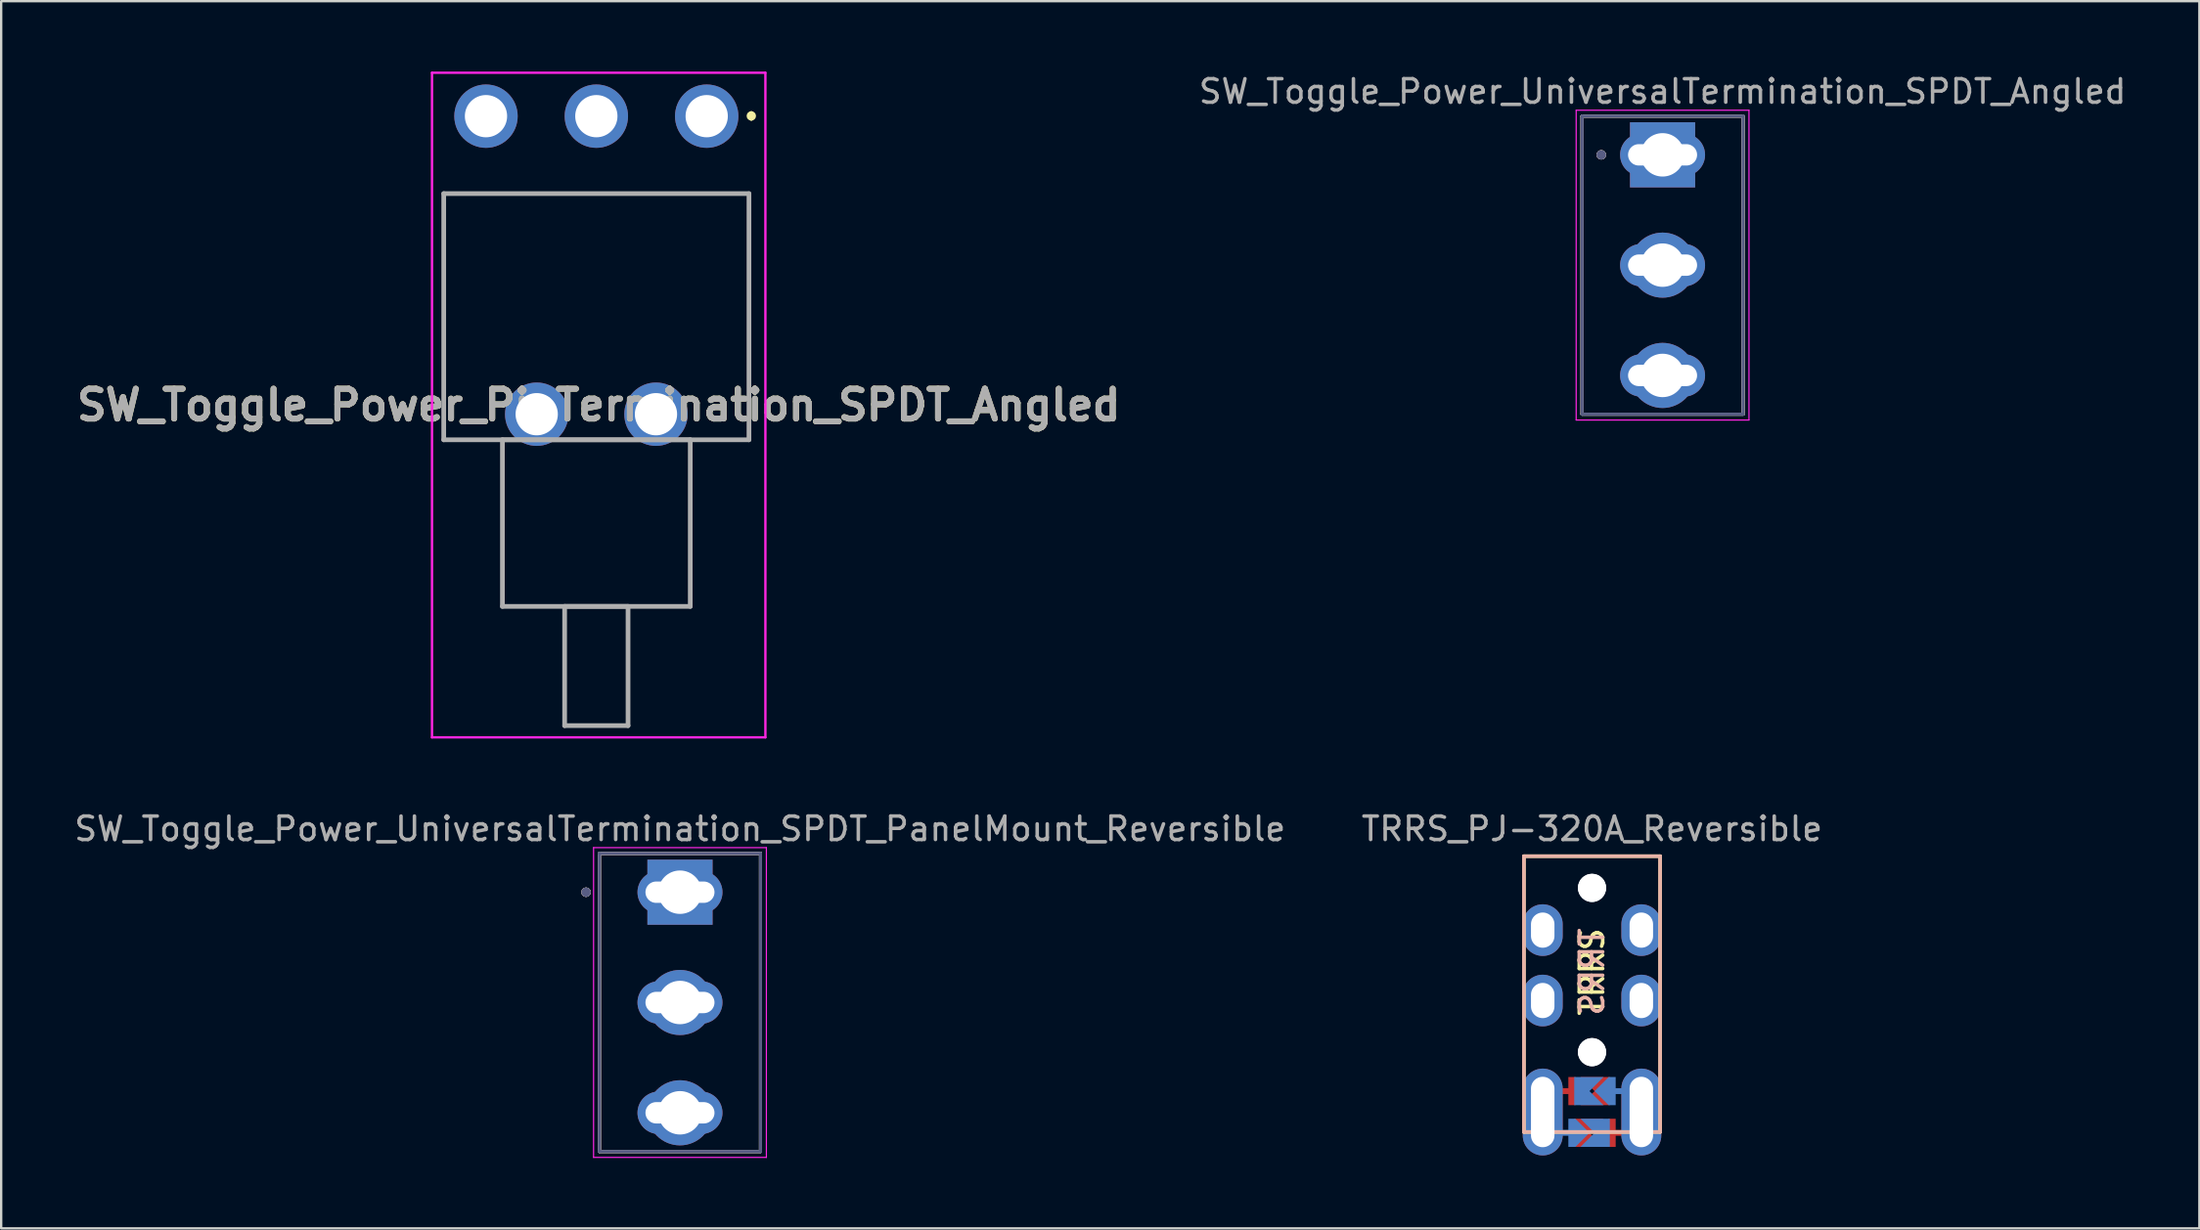
<source format=kicad_pcb>
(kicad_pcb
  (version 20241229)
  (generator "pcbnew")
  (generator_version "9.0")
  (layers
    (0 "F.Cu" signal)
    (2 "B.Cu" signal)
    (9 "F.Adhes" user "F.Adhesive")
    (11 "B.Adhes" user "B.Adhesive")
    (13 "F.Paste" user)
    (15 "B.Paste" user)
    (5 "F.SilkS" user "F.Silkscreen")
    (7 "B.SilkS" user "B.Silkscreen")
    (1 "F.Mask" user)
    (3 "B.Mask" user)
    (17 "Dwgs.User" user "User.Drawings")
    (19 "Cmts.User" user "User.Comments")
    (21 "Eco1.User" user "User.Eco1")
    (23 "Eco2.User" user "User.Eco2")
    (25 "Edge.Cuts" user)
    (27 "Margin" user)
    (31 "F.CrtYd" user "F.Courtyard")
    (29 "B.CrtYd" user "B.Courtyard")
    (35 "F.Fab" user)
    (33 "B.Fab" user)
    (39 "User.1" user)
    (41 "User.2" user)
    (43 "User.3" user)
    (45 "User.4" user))
  (footprint "TRRS_PJ-320A_Reversible"
    (layer "F.Cu")
    (at 64.756 33.284)
    (property "Reference" "TRRS_PJ-320A_Reversible" (at 0 -1.016 0) (layer "F.Fab") (effects (font (size 1 1) (thickness 0.15))))
    (attr through_hole)
    (fp_line (start -2.9 0.15) (end 2.9 0.15) (stroke (width 0.15) (type solid)) (layer "F.SilkS"))
    (fp_line (start -2.9 11.9) (end -2.9 0.15) (stroke (width 0.15) (type solid)) (layer "F.SilkS"))
    (fp_line (start 2.9 0.15) (end 2.9 11.9) (stroke (width 0.15) (type solid)) (layer "F.SilkS"))
    (fp_line (start 2.9 11.9) (end -2.9 11.9) (stroke (width 0.15) (type solid)) (layer "F.SilkS"))
    (fp_line (start -2.9 0.15) (end -2.9 11.9) (stroke (width 0.15) (type solid)) (layer "B.SilkS"))
    (fp_line (start -2.9 11.9) (end 2.9 11.9) (stroke (width 0.15) (type solid)) (layer "B.SilkS"))
    (fp_line (start 2.9 0.15) (end -2.9 0.15) (stroke (width 0.15) (type solid)) (layer "B.SilkS"))
    (fp_line (start 2.9 11.9) (end 2.9 0.15) (stroke (width 0.15) (type solid)) (layer "B.SilkS"))
    (fp_text user "TRRS" (at 0 5.08 90) (layer "F.SilkS") (effects (font (size 1 1) (thickness 0.15))))
    (fp_text user "TRRS" (at 0 5.08 90) (layer "B.SilkS") (effects (font (size 1 1) (thickness 0.15)) (justify mirror)))
    (pad "" thru_hole oval (at -2.1 11.05 180) (size 1.7 3.7) (drill oval 1 3) (layers "*.Cu" "*.Mask"))
    (pad "" smd custom (at -1.016 10.16 90) (size 0.25 1) (layers "F.Cu") (options (anchor rect)) (primitives))
    (pad "" smd custom (at -1.016 11.938 90) (size 0.25 1) (layers "B.Cu") (options (anchor rect)) (primitives))
    (pad "" smd custom (at -0.508 10.16 90) (size 0.1 0.1) (layers "F.Cu" "F.Mask") (options (anchor rect)) (primitives (gr_poly (pts (xy 0.6 -0.2) (xy 0 0.4) (xy -0.6 -0.2) (xy -0.6 -0.5) (xy 0.6 -0.5)) (width 0) (fill yes))))
    (pad "" smd custom (at -0.508 11.938 90) (size 0.1 0.1) (layers "B.Cu" "B.Mask") (options (anchor rect)) (primitives (gr_poly (pts (xy 0.6 -0.2) (xy 0 0.4) (xy -0.6 -0.2) (xy -0.6 -0.5) (xy 0.6 -0.5)) (width 0) (fill yes))))
    (pad "" np_thru_hole circle (at 0 1.5 180) (size 1.2 1.2) (drill 1.2) (layers "*.Cu" "*.Mask"))
    (pad "" np_thru_hole circle (at 0 1.5) (size 1.2 1.2) (drill 1.2) (layers "*.Cu" "*.Mask"))
    (pad "" np_thru_hole circle (at 0 8.5) (size 1.2 1.2) (drill 1.2) (layers "*.Cu" "*.Mask"))
    (pad "" np_thru_hole circle (at 0 8.5 180) (size 1.2 1.2) (drill 1.2) (layers "*.Cu" "*.Mask"))
    (pad "" smd custom (at 0.508 10.16 270) (size 0.1 0.1) (layers "B.Cu" "B.Mask") (options (anchor rect)) (primitives (gr_poly (pts (xy 0.6 -0.2) (xy 0 0.4) (xy -0.6 -0.2) (xy -0.6 -0.5) (xy 0.6 -0.5)) (width 0) (fill yes))))
    (pad "" smd custom (at 0.508 11.938 270) (size 0.1 0.1) (layers "F.Cu" "F.Mask") (options (anchor rect)) (primitives (gr_poly (pts (xy 0.6 -0.2) (xy 0 0.4) (xy -0.6 -0.2) (xy -0.6 -0.5) (xy 0.6 -0.5)) (width 0) (fill yes))))
    (pad "" smd custom (at 1.016 10.16 90) (size 0.25 1) (layers "B.Cu") (options (anchor rect)) (primitives))
    (pad "" smd custom (at 1.016 11.938 90) (size 0.25 1) (layers "F.Cu") (options (anchor rect)) (primitives))
    (pad "" thru_hole oval (at 2.1 11.05 180) (size 1.7 3.7) (drill oval 1 3) (layers "*.Cu" "*.Mask"))
    (pad "A" smd custom (at -0.508 11.938 270) (size 1.2 0.5) (layers "F.Cu" "F.Mask") (options (anchor rect)) (primitives (gr_poly (pts (xy 0.6 0) (xy -0.6 0) (xy -0.6 -1) (xy 0 -0.4) (xy 0.6 -1)) (width 0) (fill yes))))
    (pad "A" smd custom (at 0.508 11.938 90) (size 1.2 0.5) (layers "B.Cu" "B.Mask") (options (anchor rect)) (primitives (gr_poly (pts (xy 0.6 0) (xy -0.6 0) (xy -0.6 -1) (xy 0 -0.4) (xy 0.6 -1)) (width 0) (fill yes))))
    (pad "B" thru_hole oval (at -2.1 3.3 180) (size 1.7 2.2) (drill oval 1 1.5) (layers "*.Cu" "F.Mask"))
    (pad "B" thru_hole oval (at 2.1 3.3) (size 1.7 2.2) (drill oval 1 1.5) (layers "*.Cu" "B.Mask"))
    (pad "C" thru_hole oval (at -2.1 6.3 180) (size 1.7 2.2) (drill oval 1 1.5) (layers "*.Cu" "F.Mask"))
    (pad "C" thru_hole oval (at 2.1 6.3) (size 1.7 2.2) (drill oval 1 1.5) (layers "*.Cu" "B.Mask"))
    (pad "D" smd custom (at -0.508 10.16 270) (size 1.2 0.5) (layers "B.Cu" "B.Mask") (options (anchor rect)) (primitives (gr_poly (pts (xy 0.6 0) (xy -0.6 0) (xy -0.6 -1) (xy 0 -0.4) (xy 0.6 -1)) (width 0) (fill yes))))
    (pad "D" smd custom (at 0.508 10.16 90) (size 1.2 0.5) (layers "F.Cu" "F.Mask") (options (anchor rect)) (primitives (gr_poly (pts (xy 0.6 0) (xy -0.6 0) (xy -0.6 -1) (xy 0 -0.4) (xy 0.6 -1)) (width 0) (fill yes)))))
  (footprint "SW_Toggle_Power_UniversalTermination_SPDT_PanelMount_Reversible"
    (layer "F.Cu")
    (at 25.911 39.668)
    (property "Reference" "SW_Toggle_Power_UniversalTermination_SPDT_PanelMount_Reversible" (at 0 -7.4 0) (layer "F.Fab") (effects (font (size 1 1) (thickness 0.15))))
    (attr through_hole)
    (fp_line (start -3.43 -6.35) (end 3.43 -6.35) (stroke (width 0.127) (type solid)) (layer "F.SilkS"))
    (fp_line (start -3.43 6.35) (end -3.43 -6.35) (stroke (width 0.127) (type solid)) (layer "F.SilkS"))
    (fp_line (start 3.43 -6.35) (end 3.43 6.35) (stroke (width 0.127) (type solid)) (layer "F.SilkS"))
    (fp_line (start 3.43 6.35) (end -3.43 6.35) (stroke (width 0.127) (type solid)) (layer "F.SilkS"))
    (fp_circle (center -4 -4.7) (end -3.9 -4.7) (stroke (width 0.2) (type solid)) (fill no) (layer "F.SilkS"))
    (fp_line (start -3.43 6.35) (end -3.43 -6.35) (stroke (width 0.127) (type solid)) (layer "B.SilkS"))
    (fp_line (start -3.43 6.35) (end 3.43 6.35) (stroke (width 0.127) (type solid)) (layer "B.SilkS"))
    (fp_line (start 3.43 -6.35) (end -3.43 -6.35) (stroke (width 0.127) (type solid)) (layer "B.SilkS"))
    (fp_line (start 3.43 -6.35) (end 3.43 6.35) (stroke (width 0.127) (type solid)) (layer "B.SilkS"))
    (fp_circle (center -4 -4.7) (end -4.1 -4.7) (stroke (width 0.2) (type solid)) (fill no) (layer "B.SilkS"))
    (fp_line (start -3.68 -6.6) (end -3.68 6.6) (stroke (width 0.05) (type solid)) (layer "F.CrtYd"))
    (fp_line (start -3.68 6.6) (end 3.68 6.6) (stroke (width 0.05) (type solid)) (layer "F.CrtYd"))
    (fp_line (start 3.68 -6.6) (end -3.68 -6.6) (stroke (width 0.05) (type solid)) (layer "F.CrtYd"))
    (fp_line (start 3.68 6.6) (end 3.68 -6.6) (stroke (width 0.05) (type solid)) (layer "F.CrtYd"))
    (fp_line (start -3.43 -6.35) (end -3.43 6.35) (stroke (width 0.127) (type solid)) (layer "B.Fab"))
    (fp_line (start -3.43 -6.35) (end 3.43 -6.35) (stroke (width 0.127) (type solid)) (layer "B.Fab"))
    (fp_line (start -3.43 6.35) (end 3.43 6.35) (stroke (width 0.127) (type solid)) (layer "B.Fab"))
    (fp_line (start 3.43 6.35) (end 3.43 -6.35) (stroke (width 0.127) (type solid)) (layer "B.Fab"))
    (fp_circle (center -4 -4.7) (end -3.9 -4.7) (stroke (width 0.2) (type solid)) (fill no) (layer "B.Fab"))
    (fp_line (start -3.43 6.35) (end -3.43 -6.35) (stroke (width 0.127) (type solid)) (layer "F.Fab"))
    (fp_line (start 3.43 -6.35) (end -3.43 -6.35) (stroke (width 0.127) (type solid)) (layer "F.Fab"))
    (fp_line (start 3.43 -6.35) (end 3.43 6.35) (stroke (width 0.127) (type solid)) (layer "F.Fab"))
    (fp_line (start 3.43 6.35) (end -3.43 6.35) (stroke (width 0.127) (type solid)) (layer "F.Fab"))
    (fp_circle (center -4 -4.7) (end -3.9 -4.7) (stroke (width 0.2) (type solid)) (fill no) (layer "F.Fab"))
    (pad "1" thru_hole oval (at 0 -4.7 270) (size 1.81 3.62) (drill oval 0.91 2.94) (layers "*.Cu" "*.Mask"))
    (pad "1" thru_hole rect (at 0 -4.7) (size 2.775 2.775) (drill 1.85) (layers "*.Cu" "*.Mask"))
    (pad "2" thru_hole oval (at 0 0 270) (size 1.81 3.62) (drill oval 0.91 2.94) (layers "*.Cu" "*.Mask"))
    (pad "2" thru_hole circle (at 0 0) (size 2.775 2.775) (drill 1.85) (layers "*.Cu" "*.Mask"))
    (pad "3" thru_hole oval (at 0 4.7 270) (size 1.81 3.62) (drill oval 0.91 2.94) (layers "*.Cu" "*.Mask"))
    (pad "3" thru_hole circle (at 0 4.7) (size 2.775 2.775) (drill 1.85) (layers "*.Cu" "*.Mask")))
  (footprint "SW_Toggle_Power_PinTermination_SPDT_Angled"
    (layer "F.Cu")
    (at 27.049 1.9)
    (property "Reference" "SW_Toggle_Power_PinTermination_SPDT_Angled" (at -4.6 12.31 0) (layer "F.SilkS") (effects (font (size 1.27 1.27) (thickness 0.254))))
    (attr through_hole)
    (fp_line (start -11.2 3.3) (end 1.8 3.3) (stroke (width 0.1) (type solid)) (layer "F.SilkS"))
    (fp_line (start -11.2 13.79) (end -11.2 3.3) (stroke (width 0.1) (type solid)) (layer "F.SilkS"))
    (fp_line (start -9.2 13.79) (end -11.2 13.79) (stroke (width 0.1) (type solid)) (layer "F.SilkS"))
    (fp_line (start -5.2 13.79) (end -4.2 13.79) (stroke (width 0.1) (type solid)) (layer "F.SilkS"))
    (fp_line (start 1.8 3.3) (end 1.8 13.79) (stroke (width 0.1) (type solid)) (layer "F.SilkS"))
    (fp_line (start 1.8 13.79) (end -0.2 13.79) (stroke (width 0.1) (type solid)) (layer "F.SilkS"))
    (fp_line (start 1.9 -0.11) (end 1.9 -0.11) (stroke (width 0.2) (type solid)) (layer "F.SilkS"))
    (fp_line (start 1.9 0.09) (end 1.9 0.09) (stroke (width 0.2) (type solid)) (layer "F.SilkS"))
    (fp_arc (start 1.9 -0.11) (mid 2 -0.01) (end 1.9 0.09) (stroke (width 0.2) (type solid)) (layer "F.SilkS"))
    (fp_arc (start 1.9 0.09) (mid 1.8 -0.01) (end 1.9 -0.11) (stroke (width 0.2) (type solid)) (layer "F.SilkS"))
    (fp_line (start -11.7 -1.85) (end 2.5 -1.85) (stroke (width 0.1) (type solid)) (layer "F.CrtYd"))
    (fp_line (start -11.7 26.47) (end -11.7 -1.85) (stroke (width 0.1) (type solid)) (layer "F.CrtYd"))
    (fp_line (start 2.5 -1.85) (end 2.5 26.47) (stroke (width 0.1) (type solid)) (layer "F.CrtYd"))
    (fp_line (start 2.5 26.47) (end -11.7 26.47) (stroke (width 0.1) (type solid)) (layer "F.CrtYd"))
    (fp_line (start -11.2 3.3) (end 1.8 3.3) (stroke (width 0.2) (type solid)) (layer "F.Fab"))
    (fp_line (start -11.2 13.79) (end -11.2 3.3) (stroke (width 0.2) (type solid)) (layer "F.Fab"))
    (fp_line (start -8.7 13.79) (end -0.7 13.79) (stroke (width 0.2) (type solid)) (layer "F.Fab"))
    (fp_line (start -8.7 20.89) (end -8.7 13.79) (stroke (width 0.2) (type solid)) (layer "F.Fab"))
    (fp_line (start -6.05 20.89) (end -3.35 20.89) (stroke (width 0.2) (type solid)) (layer "F.Fab"))
    (fp_line (start -6.05 25.97) (end -6.05 20.89) (stroke (width 0.2) (type solid)) (layer "F.Fab"))
    (fp_line (start -3.35 20.89) (end -3.35 25.97) (stroke (width 0.2) (type solid)) (layer "F.Fab"))
    (fp_line (start -3.35 25.97) (end -6.05 25.97) (stroke (width 0.2) (type solid)) (layer "F.Fab"))
    (fp_line (start -0.7 13.79) (end -0.7 20.89) (stroke (width 0.2) (type solid)) (layer "F.Fab"))
    (fp_line (start -0.7 20.89) (end -8.7 20.89) (stroke (width 0.2) (type solid)) (layer "F.Fab"))
    (fp_line (start 1.8 3.3) (end 1.8 13.79) (stroke (width 0.2) (type solid)) (layer "F.Fab"))
    (fp_line (start 1.8 13.79) (end -11.2 13.79) (stroke (width 0.2) (type solid)) (layer "F.Fab"))
    (fp_text user "${REFERENCE}" (at -4.6 12.31 0) (layer "F.Fab") (effects (font (size 1.27 1.27) (thickness 0.254))))
    (pad "1" thru_hole circle (at 0 0) (size 2.7 2.7) (drill 1.8) (layers "*.Cu" "*.Mask"))
    (pad "2" thru_hole circle (at -4.7 0) (size 2.7 2.7) (drill 1.8) (layers "*.Cu" "*.Mask"))
    (pad "3" thru_hole circle (at -9.4 0) (size 2.7 2.7) (drill 1.8) (layers "*.Cu" "*.Mask"))
    (pad "MH1" thru_hole circle (at -2.16 12.7) (size 2.7 2.7) (drill 1.8) (layers "*.Cu" "*.Mask"))
    (pad "MH2" thru_hole circle (at -7.24 12.7) (size 2.7 2.7) (drill 1.8) (layers "*.Cu" "*.Mask")))
  (footprint "SW_Toggle_Power_UniversalTermination_SPDT_Angled"
    (layer "F.Cu")
    (at 67.761 8.248)
    (property "Reference" "SW_Toggle_Power_UniversalTermination_SPDT_Angled" (at 0 -7.4 0) (layer "F.Fab") (effects (font (size 1 1) (thickness 0.15))))
    (attr through_hole)
    (fp_line (start -3.43 -6.35) (end 3.43 -6.35) (stroke (width 0.127) (type solid)) (layer "F.SilkS"))
    (fp_line (start -3.43 6.35) (end -3.43 -6.35) (stroke (width 0.127) (type solid)) (layer "F.SilkS"))
    (fp_line (start 3.43 -6.35) (end 3.43 6.35) (stroke (width 0.127) (type solid)) (layer "F.SilkS"))
    (fp_line (start 3.43 6.35) (end -3.43 6.35) (stroke (width 0.127) (type solid)) (layer "F.SilkS"))
    (fp_circle (center -2.61 -4.7) (end -2.51 -4.7) (stroke (width 0.2) (type solid)) (fill no) (layer "F.SilkS"))
    (fp_line (start -3.43 6.35) (end -3.43 -6.35) (stroke (width 0.127) (type solid)) (layer "B.SilkS"))
    (fp_line (start -3.43 6.35) (end 3.43 6.35) (stroke (width 0.127) (type solid)) (layer "B.SilkS"))
    (fp_line (start 3.43 -6.35) (end -3.43 -6.35) (stroke (width 0.127) (type solid)) (layer "B.SilkS"))
    (fp_line (start 3.43 -6.35) (end 3.43 6.35) (stroke (width 0.127) (type solid)) (layer "B.SilkS"))
    (fp_circle (center -2.61 -4.7) (end -2.71 -4.7) (stroke (width 0.2) (type solid)) (fill no) (layer "B.SilkS"))
    (fp_line (start -3.68 -6.6) (end -3.68 6.6) (stroke (width 0.05) (type solid)) (layer "F.CrtYd"))
    (fp_line (start -3.68 6.6) (end 3.68 6.6) (stroke (width 0.05) (type solid)) (layer "F.CrtYd"))
    (fp_line (start 3.68 -6.6) (end -3.68 -6.6) (stroke (width 0.05) (type solid)) (layer "F.CrtYd"))
    (fp_line (start 3.68 6.6) (end 3.68 -6.6) (stroke (width 0.05) (type solid)) (layer "F.CrtYd"))
    (fp_line (start -3.43 -6.35) (end -3.43 6.35) (stroke (width 0.127) (type solid)) (layer "B.Fab"))
    (fp_line (start -3.43 -6.35) (end 3.43 -6.35) (stroke (width 0.127) (type solid)) (layer "B.Fab"))
    (fp_line (start -3.43 6.35) (end 3.43 6.35) (stroke (width 0.127) (type solid)) (layer "B.Fab"))
    (fp_line (start 3.43 6.35) (end 3.43 -6.35) (stroke (width 0.127) (type solid)) (layer "B.Fab"))
    (fp_circle (center -2.61 -4.7) (end -2.51 -4.7) (stroke (width 0.2) (type solid)) (fill no) (layer "B.Fab"))
    (fp_line (start -3.43 6.35) (end -3.43 -6.35) (stroke (width 0.127) (type solid)) (layer "F.Fab"))
    (fp_line (start 3.43 -6.35) (end -3.43 -6.35) (stroke (width 0.127) (type solid)) (layer "F.Fab"))
    (fp_line (start 3.43 -6.35) (end 3.43 6.35) (stroke (width 0.127) (type solid)) (layer "F.Fab"))
    (fp_line (start 3.43 6.35) (end -3.43 6.35) (stroke (width 0.127) (type solid)) (layer "F.Fab"))
    (fp_circle (center -2.61 -4.7) (end -2.51 -4.7) (stroke (width 0.2) (type solid)) (fill no) (layer "F.Fab"))
    (pad "1" thru_hole oval (at 0 -4.7 270) (size 1.81 3.62) (drill oval 0.91 2.94) (layers "*.Cu" "*.Mask"))
    (pad "1" thru_hole rect (at 0 -4.7) (size 2.775 2.775) (drill 1.85) (layers "*.Cu" "*.Mask"))
    (pad "2" thru_hole oval (at 0 0 270) (size 1.81 3.62) (drill oval 0.91 2.94) (layers "*.Cu" "*.Mask"))
    (pad "2" thru_hole circle (at 0 0) (size 2.775 2.775) (drill 1.85) (layers "*.Cu" "*.Mask"))
    (pad "3" thru_hole oval (at 0 4.7 270) (size 1.81 3.62) (drill oval 0.91 2.94) (layers "*.Cu" "*.Mask"))
    (pad "3" thru_hole circle (at 0 4.7) (size 2.775 2.775) (drill 1.85) (layers "*.Cu" "*.Mask")))
  (gr_rect
    (start -3 -3)
    (end 90.624 49.293)
    (stroke (width 0.1) (type default))
    (fill no)
    (layer "Edge.Cuts")))
</source>
